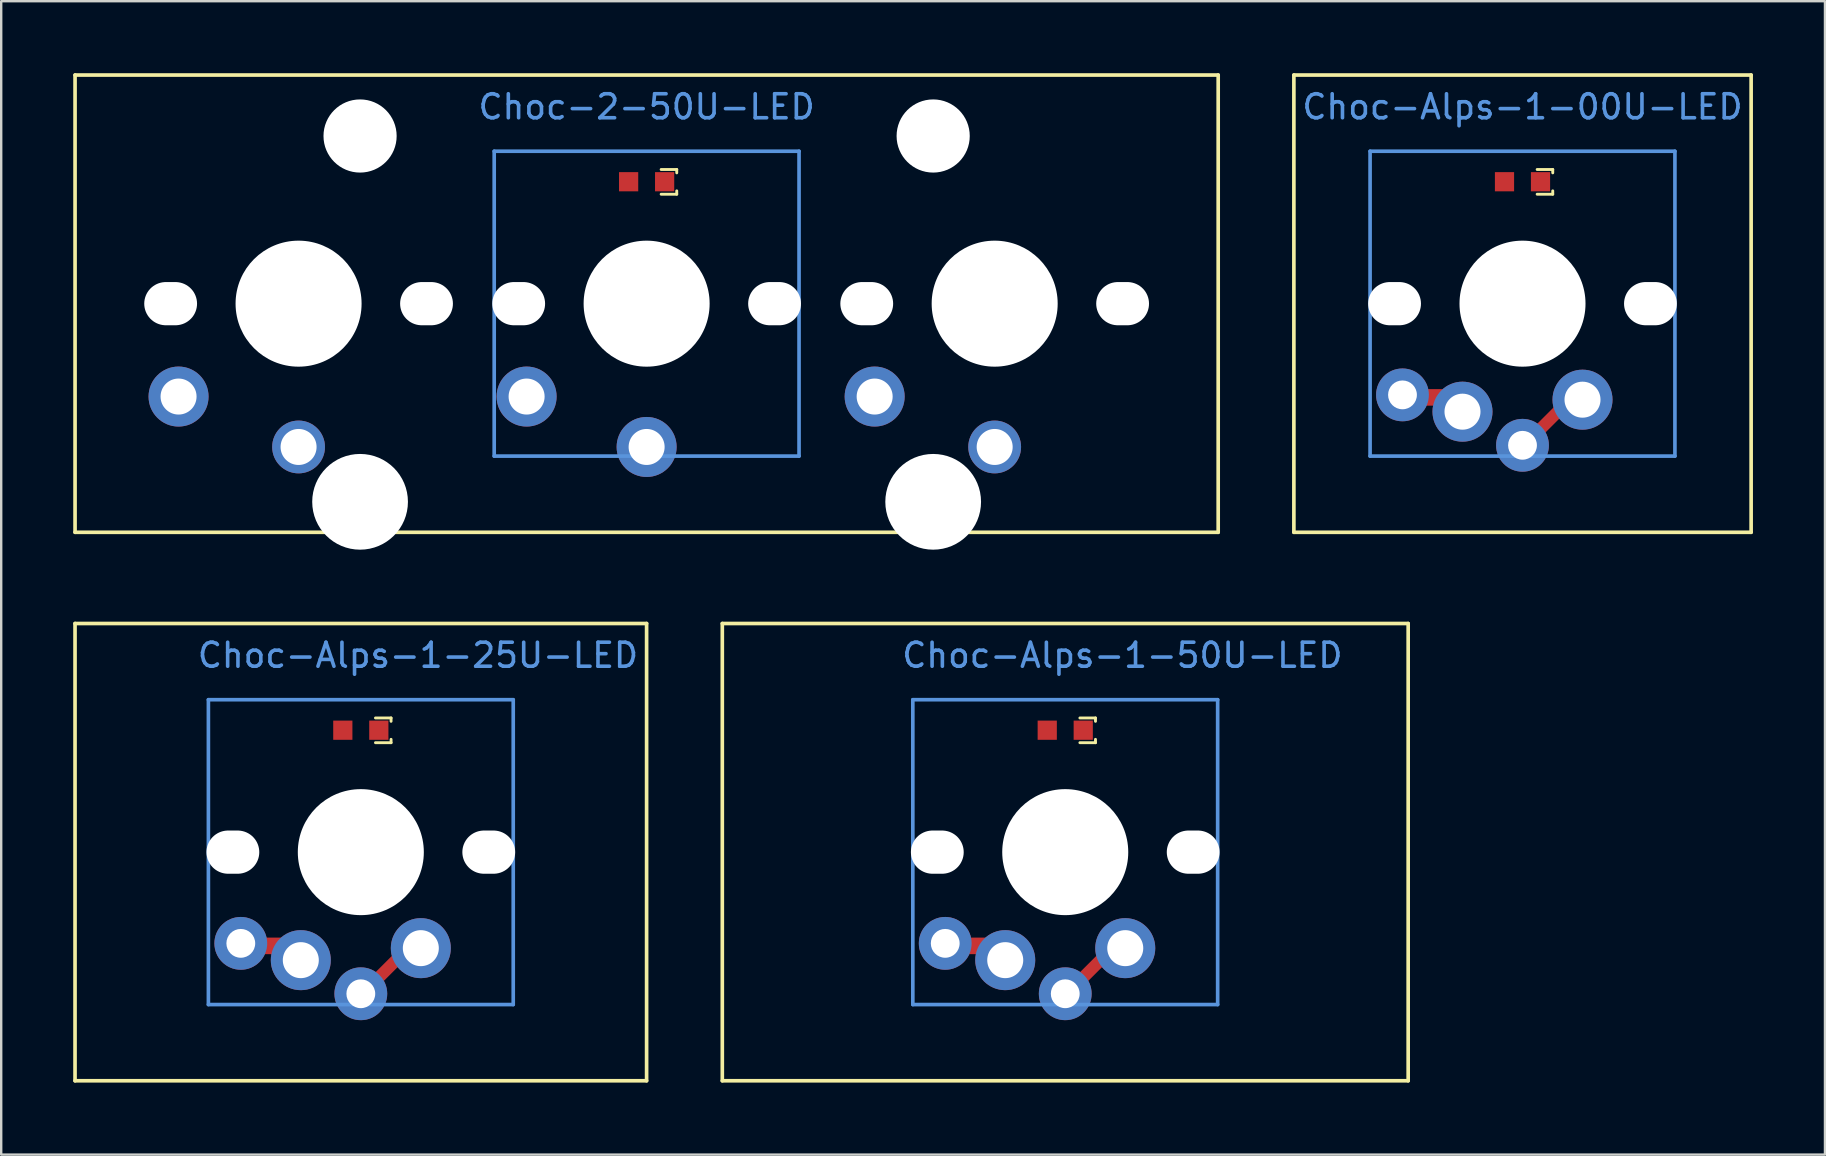
<source format=kicad_pcb>
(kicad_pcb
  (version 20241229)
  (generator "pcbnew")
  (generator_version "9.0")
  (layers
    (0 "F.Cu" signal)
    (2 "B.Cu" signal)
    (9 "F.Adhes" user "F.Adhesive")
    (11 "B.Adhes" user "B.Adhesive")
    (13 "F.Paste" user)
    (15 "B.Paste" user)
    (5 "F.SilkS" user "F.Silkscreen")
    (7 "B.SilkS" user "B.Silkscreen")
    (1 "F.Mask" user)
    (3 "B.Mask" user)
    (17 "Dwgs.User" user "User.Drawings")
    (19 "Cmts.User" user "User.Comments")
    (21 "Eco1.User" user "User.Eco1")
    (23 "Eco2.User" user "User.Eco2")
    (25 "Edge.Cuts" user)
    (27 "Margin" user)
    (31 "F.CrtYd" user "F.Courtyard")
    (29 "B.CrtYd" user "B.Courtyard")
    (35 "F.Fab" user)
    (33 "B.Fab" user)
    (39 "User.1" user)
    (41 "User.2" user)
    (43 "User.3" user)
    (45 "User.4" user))
  (footprint "Choc-Alps-1-50U-LED"
    (layer "F.Cu")
    (at 41.329 27.371)
    (property "Reference" "Choc-Alps-1-50U-LED" (at 2.381 -3.12 0) (layer "Cmts.User") (effects (font (size 1 1) (thickness 0.15))))
    (fp_line (start -14.287 -4.445) (end 14.287 -4.445) (stroke (width 0.152) (type solid)) (layer "F.SilkS"))
    (fp_line (start -14.287 14.605) (end -14.287 -4.445) (stroke (width 0.152) (type solid)) (layer "F.SilkS"))
    (fp_line (start 0.61 -0.51) (end 1.26 -0.51) (stroke (width 0.12) (type solid)) (layer "F.SilkS"))
    (fp_line (start 0.61 0.52) (end 1.26 0.52) (stroke (width 0.12) (type solid)) (layer "F.SilkS"))
    (fp_line (start 1.26 -0.51) (end 1.26 -0.37) (stroke (width 0.12) (type solid)) (layer "F.SilkS"))
    (fp_line (start 1.26 0.52) (end 1.26 0.38) (stroke (width 0.12) (type solid)) (layer "F.SilkS"))
    (fp_line (start 14.287 -4.445) (end 14.287 14.605) (stroke (width 0.152) (type solid)) (layer "F.SilkS"))
    (fp_line (start 14.287 14.605) (end -14.287 14.605) (stroke (width 0.152) (type solid)) (layer "F.SilkS"))
    (fp_line (start -6.35 -1.27) (end 6.35 -1.27) (stroke (width 0.152) (type solid)) (layer "Cmts.User"))
    (fp_line (start -6.35 11.43) (end -6.35 -1.27) (stroke (width 0.152) (type solid)) (layer "Cmts.User"))
    (fp_line (start 6.35 -1.27) (end 6.35 11.43) (stroke (width 0.152) (type solid)) (layer "Cmts.User"))
    (fp_line (start 6.35 11.43) (end -6.35 11.43) (stroke (width 0.152) (type solid)) (layer "Cmts.User"))
    (pad "" np_thru_hole oval (at -5.33 5.08 270) (size 1.8 2.2) (drill oval 1.8 2.2) (layers "*.Cu" "*.Mask"))
    (pad "" np_thru_hole circle (at 0 5.08 180) (size 5.25 5.25) (drill 5.25) (layers "*.Cu" "*.Mask"))
    (pad "" np_thru_hole oval (at 5.33 5.08 270) (size 1.8 2.2) (drill oval 1.8 2.2) (layers "*.Cu" "*.Mask"))
    (pad "1" thru_hole circle (at -5 8.88) (size 2.2 2.2) (drill 1.2) (layers "*.Cu" "*.Mask"))
    (pad "1" smd rect (at -3.775 8.985) (size 1.09 0.69) (layers "F.Cu" "F.Mask" "F.Paste"))
    (pad "1" thru_hole circle (at -2.5 9.58) (size 2.5 2.5) (drill 1.5) (layers "*.Cu" "*.Mask"))
    (pad "2" thru_hole circle (at 0 10.98 90) (size 2.2 2.2) (drill 1.2) (layers "*.Cu" "*.Mask"))
    (pad "2" smd rect (at 1.09 9.96 315) (size 0.5 1.8) (layers "F.Cu" "F.Mask" "F.Paste"))
    (pad "2" thru_hole circle (at 2.5 9.08 45) (size 2.5 2.5) (drill 1.5) (layers "*.Cu" "*.Mask"))
    (pad "3" smd rect (at 0.75 0 90) (size 0.8 0.8) (layers "F.Cu" "F.Mask" "F.Paste"))
    (pad "4" smd rect (at -0.75 0 90) (size 0.8 0.8) (layers "F.Cu" "F.Mask" "F.Paste")))
  (footprint "Choc-2-50U-LED"
    (layer "F.Cu")
    (at 23.889 4.521)
    (property "Reference" "Choc-2-50U-LED" (at 0 -3.12 0) (layer "Cmts.User") (effects (font (size 1 1) (thickness 0.15))))
    (fp_line (start -23.812 -4.445) (end 23.812 -4.445) (stroke (width 0.152) (type solid)) (layer "F.SilkS"))
    (fp_line (start -23.812 14.605) (end -23.812 -4.445) (stroke (width 0.152) (type solid)) (layer "F.SilkS"))
    (fp_line (start 0.605 -0.51) (end 1.255 -0.51) (stroke (width 0.12) (type solid)) (layer "F.SilkS"))
    (fp_line (start 0.605 0.52) (end 1.255 0.52) (stroke (width 0.12) (type solid)) (layer "F.SilkS"))
    (fp_line (start 1.255 -0.51) (end 1.255 -0.37) (stroke (width 0.12) (type solid)) (layer "F.SilkS"))
    (fp_line (start 1.255 0.52) (end 1.255 0.38) (stroke (width 0.12) (type solid)) (layer "F.SilkS"))
    (fp_line (start 23.812 -4.445) (end 23.812 14.605) (stroke (width 0.152) (type solid)) (layer "F.SilkS"))
    (fp_line (start 23.812 14.605) (end -23.812 14.605) (stroke (width 0.152) (type solid)) (layer "F.SilkS"))
    (fp_line (start -6.35 -1.27) (end 6.35 -1.27) (stroke (width 0.152) (type solid)) (layer "Cmts.User"))
    (fp_line (start -6.35 11.43) (end -6.35 -1.27) (stroke (width 0.152) (type solid)) (layer "Cmts.User"))
    (fp_line (start 6.35 -1.27) (end 6.35 11.43) (stroke (width 0.152) (type solid)) (layer "Cmts.User"))
    (fp_line (start 6.35 11.43) (end -6.35 11.43) (stroke (width 0.152) (type solid)) (layer "Cmts.User"))
    (pad "" np_thru_hole oval (at -19.83 5.08 270) (size 1.8 2.2) (drill oval 1.8 2.2) (layers "*.Cu" "*.Mask"))
    (pad "" np_thru_hole circle (at -14.5 5.08 180) (size 5.25 5.25) (drill 5.25) (layers "*.Cu" "*.Mask"))
    (pad "" np_thru_hole circle (at -11.938 -1.905 180) (size 3.048 3.048) (drill 3.048) (layers "*.Cu" "*.Mask"))
    (pad "" np_thru_hole circle (at -11.938 13.335 180) (size 3.988 3.988) (drill 3.988) (layers "*.Cu" "*.Mask"))
    (pad "" np_thru_hole oval (at -9.17 5.08 270) (size 1.8 2.2) (drill oval 1.8 2.2) (layers "*.Cu" "*.Mask"))
    (pad "" np_thru_hole oval (at -5.33 5.08 270) (size 1.8 2.2) (drill oval 1.8 2.2) (layers "*.Cu" "*.Mask"))
    (pad "" np_thru_hole circle (at 0 5.08 180) (size 5.25 5.25) (drill 5.25) (layers "*.Cu" "*.Mask"))
    (pad "" np_thru_hole oval (at 5.33 5.08 270) (size 1.8 2.2) (drill oval 1.8 2.2) (layers "*.Cu" "*.Mask"))
    (pad "" np_thru_hole oval (at 9.17 5.08 270) (size 1.8 2.2) (drill oval 1.8 2.2) (layers "*.Cu" "*.Mask"))
    (pad "" np_thru_hole circle (at 11.938 -1.905 180) (size 3.048 3.048) (drill 3.048) (layers "*.Cu" "*.Mask"))
    (pad "" np_thru_hole circle (at 11.938 13.335 180) (size 3.988 3.988) (drill 3.988) (layers "*.Cu" "*.Mask"))
    (pad "" np_thru_hole circle (at 14.5 5.08 180) (size 5.25 5.25) (drill 5.25) (layers "*.Cu" "*.Mask"))
    (pad "" np_thru_hole oval (at 19.83 5.08 270) (size 1.8 2.2) (drill oval 1.8 2.2) (layers "*.Cu" "*.Mask"))
    (pad "1" thru_hole circle (at -19.5 8.95 270) (size 2.5 2.5) (drill 1.5) (layers "*.Cu" "*.Mask"))
    (pad "1" thru_hole circle (at -5 8.95 270) (size 2.5 2.5) (drill 1.5) (layers "*.Cu" "*.Mask"))
    (pad "1" thru_hole circle (at 9.5 8.95 270) (size 2.5 2.5) (drill 1.5) (layers "*.Cu" "*.Mask"))
    (pad "2" thru_hole circle (at -14.5 11.05 90) (size 2.2 2.2) (drill 1.5) (layers "*.Cu" "*.Mask"))
    (pad "2" thru_hole circle (at 0 11.05 90) (size 2.5 2.5) (drill 1.5) (layers "*.Cu" "*.Mask"))
    (pad "2" thru_hole circle (at 14.5 11.05 90) (size 2.2 2.2) (drill 1.5) (layers "*.Cu" "*.Mask"))
    (pad "3" smd rect (at 0.75 0 90) (size 0.8 0.8) (layers "F.Cu" "F.Mask" "F.Paste"))
    (pad "4" smd rect (at -0.75 0 90) (size 0.8 0.8) (layers "F.Cu" "F.Mask" "F.Paste")))
  (footprint "Choc-Alps-1-25U-LED"
    (layer "F.Cu")
    (at 11.982 27.371)
    (property "Reference" "Choc-Alps-1-25U-LED" (at 2.381 -3.12 0) (layer "Cmts.User") (effects (font (size 1 1) (thickness 0.15))))
    (fp_line (start -11.906 -4.445) (end 11.906 -4.445) (stroke (width 0.152) (type solid)) (layer "F.SilkS"))
    (fp_line (start -11.906 14.605) (end -11.906 -4.445) (stroke (width 0.152) (type solid)) (layer "F.SilkS"))
    (fp_line (start 0.61 -0.51) (end 1.26 -0.51) (stroke (width 0.12) (type solid)) (layer "F.SilkS"))
    (fp_line (start 0.61 0.52) (end 1.26 0.52) (stroke (width 0.12) (type solid)) (layer "F.SilkS"))
    (fp_line (start 1.26 -0.51) (end 1.26 -0.37) (stroke (width 0.12) (type solid)) (layer "F.SilkS"))
    (fp_line (start 1.26 0.52) (end 1.26 0.38) (stroke (width 0.12) (type solid)) (layer "F.SilkS"))
    (fp_line (start 11.906 -4.445) (end 11.906 14.605) (stroke (width 0.152) (type solid)) (layer "F.SilkS"))
    (fp_line (start 11.906 14.605) (end -11.906 14.605) (stroke (width 0.152) (type solid)) (layer "F.SilkS"))
    (fp_line (start -6.35 -1.27) (end 6.35 -1.27) (stroke (width 0.152) (type solid)) (layer "Cmts.User"))
    (fp_line (start -6.35 11.43) (end -6.35 -1.27) (stroke (width 0.152) (type solid)) (layer "Cmts.User"))
    (fp_line (start 6.35 -1.27) (end 6.35 11.43) (stroke (width 0.152) (type solid)) (layer "Cmts.User"))
    (fp_line (start 6.35 11.43) (end -6.35 11.43) (stroke (width 0.152) (type solid)) (layer "Cmts.User"))
    (pad "" np_thru_hole oval (at -5.33 5.08 270) (size 1.8 2.2) (drill oval 1.8 2.2) (layers "*.Cu" "*.Mask"))
    (pad "" np_thru_hole circle (at 0 5.08 180) (size 5.25 5.25) (drill 5.25) (layers "*.Cu" "*.Mask"))
    (pad "" np_thru_hole oval (at 5.33 5.08 270) (size 1.8 2.2) (drill oval 1.8 2.2) (layers "*.Cu" "*.Mask"))
    (pad "1" thru_hole circle (at -5 8.88) (size 2.2 2.2) (drill 1.2) (layers "*.Cu" "*.Mask"))
    (pad "1" smd rect (at -3.775 8.985) (size 1.09 0.69) (layers "F.Cu" "F.Mask" "F.Paste"))
    (pad "1" thru_hole circle (at -2.5 9.58) (size 2.5 2.5) (drill 1.5) (layers "*.Cu" "*.Mask"))
    (pad "2" thru_hole circle (at 0 10.98 90) (size 2.2 2.2) (drill 1.2) (layers "*.Cu" "*.Mask"))
    (pad "2" smd rect (at 1.09 9.96 315) (size 0.5 1.8) (layers "F.Cu" "F.Mask" "F.Paste"))
    (pad "2" thru_hole circle (at 2.5 9.08 45) (size 2.5 2.5) (drill 1.5) (layers "*.Cu" "*.Mask"))
    (pad "3" smd rect (at 0.75 0 90) (size 0.8 0.8) (layers "F.Cu" "F.Mask" "F.Paste"))
    (pad "4" smd rect (at -0.75 0 90) (size 0.8 0.8) (layers "F.Cu" "F.Mask" "F.Paste")))
  (footprint "Choc-Alps-1-00U-LED"
    (layer "F.Cu")
    (at 60.379 4.521)
    (property "Reference" "Choc-Alps-1-00U-LED" (at 0 -3.12 0) (layer "Cmts.User") (effects (font (size 1 1) (thickness 0.15))))
    (fp_line (start -9.525 -4.445) (end 9.525 -4.445) (stroke (width 0.152) (type solid)) (layer "F.SilkS"))
    (fp_line (start -9.525 14.605) (end -9.525 -4.445) (stroke (width 0.152) (type solid)) (layer "F.SilkS"))
    (fp_line (start 0.61 -0.51) (end 1.26 -0.51) (stroke (width 0.12) (type solid)) (layer "F.SilkS"))
    (fp_line (start 0.61 0.52) (end 1.26 0.52) (stroke (width 0.12) (type solid)) (layer "F.SilkS"))
    (fp_line (start 1.26 -0.51) (end 1.26 -0.37) (stroke (width 0.12) (type solid)) (layer "F.SilkS"))
    (fp_line (start 1.26 0.52) (end 1.26 0.38) (stroke (width 0.12) (type solid)) (layer "F.SilkS"))
    (fp_line (start 9.525 -4.445) (end 9.525 14.605) (stroke (width 0.152) (type solid)) (layer "F.SilkS"))
    (fp_line (start 9.525 14.605) (end -9.525 14.605) (stroke (width 0.152) (type solid)) (layer "F.SilkS"))
    (fp_line (start -6.35 -1.27) (end 6.35 -1.27) (stroke (width 0.152) (type solid)) (layer "Cmts.User"))
    (fp_line (start -6.35 11.43) (end -6.35 -1.27) (stroke (width 0.152) (type solid)) (layer "Cmts.User"))
    (fp_line (start 6.35 -1.27) (end 6.35 11.43) (stroke (width 0.152) (type solid)) (layer "Cmts.User"))
    (fp_line (start 6.35 11.43) (end -6.35 11.43) (stroke (width 0.152) (type solid)) (layer "Cmts.User"))
    (pad "" np_thru_hole oval (at -5.33 5.08 270) (size 1.8 2.2) (drill oval 1.8 2.2) (layers "*.Cu" "*.Mask"))
    (pad "" np_thru_hole circle (at 0 5.08 180) (size 5.25 5.25) (drill 5.25) (layers "*.Cu" "*.Mask"))
    (pad "" np_thru_hole oval (at 5.33 5.08 270) (size 1.8 2.2) (drill oval 1.8 2.2) (layers "*.Cu" "*.Mask"))
    (pad "1" thru_hole circle (at -5 8.88) (size 2.2 2.2) (drill 1.2) (layers "*.Cu" "*.Mask"))
    (pad "1" smd rect (at -3.775 8.985) (size 1.09 0.69) (layers "F.Cu" "F.Mask" "F.Paste"))
    (pad "1" thru_hole circle (at -2.5 9.58) (size 2.5 2.5) (drill 1.5) (layers "*.Cu" "*.Mask"))
    (pad "2" thru_hole circle (at 0 10.98 90) (size 2.2 2.2) (drill 1.2) (layers "*.Cu" "*.Mask"))
    (pad "2" smd rect (at 1.09 9.96 315) (size 0.5 1.8) (layers "F.Cu" "F.Mask" "F.Paste"))
    (pad "2" thru_hole circle (at 2.5 9.08 45) (size 2.5 2.5) (drill 1.5) (layers "*.Cu" "*.Mask"))
    (pad "3" smd rect (at 0.75 0 90) (size 0.8 0.8) (layers "F.Cu" "F.Mask" "F.Paste"))
    (pad "4" smd rect (at -0.75 0 90) (size 0.8 0.8) (layers "F.Cu" "F.Mask" "F.Paste")))
  (gr_rect
    (start -3 -3)
    (end 72.98 45.053)
    (stroke (width 0.1) (type default))
    (fill no)
    (layer "Edge.Cuts")))
</source>
